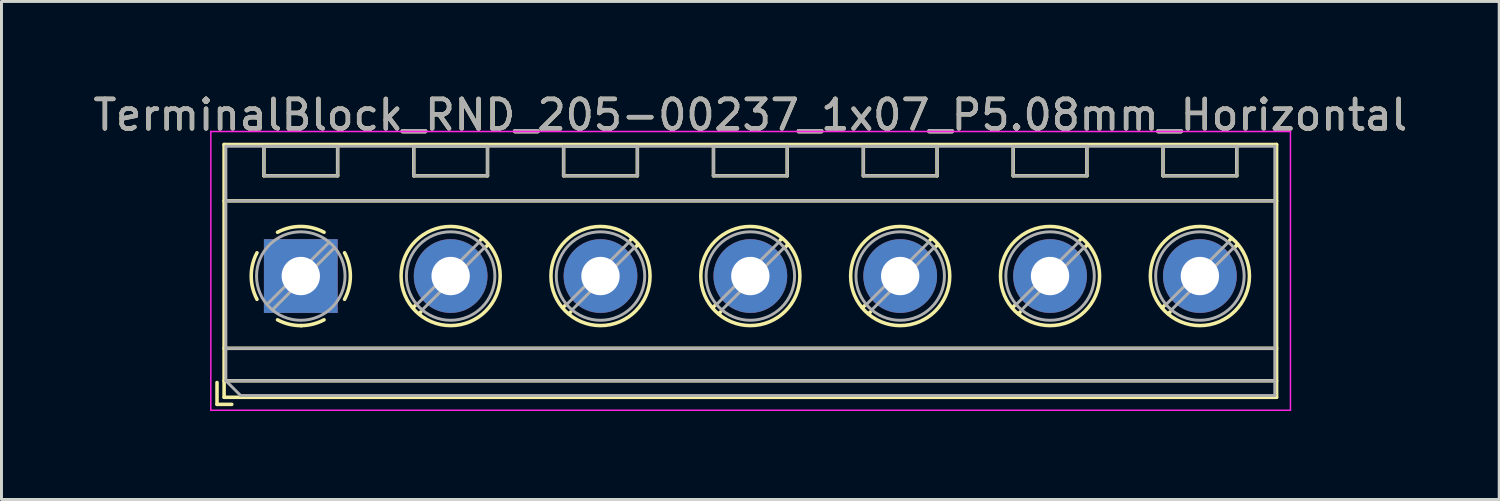
<source format=kicad_pcb>
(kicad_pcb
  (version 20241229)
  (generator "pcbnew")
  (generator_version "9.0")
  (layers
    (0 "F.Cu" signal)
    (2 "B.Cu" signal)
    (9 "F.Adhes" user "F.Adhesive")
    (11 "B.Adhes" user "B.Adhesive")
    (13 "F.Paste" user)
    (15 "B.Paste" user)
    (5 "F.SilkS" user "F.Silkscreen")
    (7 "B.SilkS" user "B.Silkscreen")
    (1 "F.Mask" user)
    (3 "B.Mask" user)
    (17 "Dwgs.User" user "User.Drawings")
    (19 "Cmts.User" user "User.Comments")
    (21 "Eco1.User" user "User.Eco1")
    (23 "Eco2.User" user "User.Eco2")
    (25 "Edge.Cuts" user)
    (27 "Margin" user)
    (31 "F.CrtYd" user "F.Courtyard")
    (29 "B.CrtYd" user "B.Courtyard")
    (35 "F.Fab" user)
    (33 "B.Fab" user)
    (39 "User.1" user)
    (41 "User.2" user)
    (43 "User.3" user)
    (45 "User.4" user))
  (footprint "TerminalBlock_RND_205-00237_1x07_P5.08mm_Horizontal"
    (layer "F.Cu")
    (at 7.147 6.308)
    (property "Reference" "TerminalBlock_RND_205-00237_1x07_P5.08mm_Horizontal" (at 15.24 -5.46 0) (layer "F.SilkS") (effects (font (size 1 1) (thickness 0.15))))
    (attr through_hole)
    (fp_line (start -2.84 3.61) (end -2.84 4.35) (stroke (width 0.12) (type solid)) (layer "F.SilkS"))
    (fp_line (start -2.84 4.35) (end -2.34 4.35) (stroke (width 0.12) (type solid)) (layer "F.SilkS"))
    (fp_line (start -2.6 -4.46) (end -2.6 4.11) (stroke (width 0.12) (type solid)) (layer "F.SilkS"))
    (fp_line (start -2.6 -4.46) (end 33.08 -4.46) (stroke (width 0.12) (type solid)) (layer "F.SilkS"))
    (fp_line (start -2.6 -2.55) (end 33.08 -2.55) (stroke (width 0.12) (type solid)) (layer "F.SilkS"))
    (fp_line (start -2.6 2.45) (end 33.08 2.45) (stroke (width 0.12) (type solid)) (layer "F.SilkS"))
    (fp_line (start -2.6 3.55) (end 33.08 3.55) (stroke (width 0.12) (type solid)) (layer "F.SilkS"))
    (fp_line (start -2.6 4.11) (end 33.08 4.11) (stroke (width 0.12) (type solid)) (layer "F.SilkS"))
    (fp_line (start -1.25 -4.4) (end -1.25 -3.4) (stroke (width 0.12) (type solid)) (layer "F.SilkS"))
    (fp_line (start -1.25 -4.4) (end 1.25 -4.4) (stroke (width 0.12) (type solid)) (layer "F.SilkS"))
    (fp_line (start -1.25 -3.4) (end 1.25 -3.4) (stroke (width 0.12) (type solid)) (layer "F.SilkS"))
    (fp_line (start 1.25 -4.4) (end 1.25 -3.4) (stroke (width 0.12) (type solid)) (layer "F.SilkS"))
    (fp_line (start 3.83 -4.4) (end 3.83 -3.4) (stroke (width 0.12) (type solid)) (layer "F.SilkS"))
    (fp_line (start 3.83 -4.4) (end 6.33 -4.4) (stroke (width 0.12) (type solid)) (layer "F.SilkS"))
    (fp_line (start 3.83 -3.4) (end 6.33 -3.4) (stroke (width 0.12) (type solid)) (layer "F.SilkS"))
    (fp_line (start 3.9 0.976) (end 3.806 1.069) (stroke (width 0.12) (type solid)) (layer "F.SilkS"))
    (fp_line (start 4.07 1.216) (end 4.011 1.274) (stroke (width 0.12) (type solid)) (layer "F.SilkS"))
    (fp_line (start 6.15 -1.275) (end 6.091 -1.216) (stroke (width 0.12) (type solid)) (layer "F.SilkS"))
    (fp_line (start 6.33 -4.4) (end 6.33 -3.4) (stroke (width 0.12) (type solid)) (layer "F.SilkS"))
    (fp_line (start 6.355 -1.069) (end 6.261 -0.976) (stroke (width 0.12) (type solid)) (layer "F.SilkS"))
    (fp_line (start 8.91 -4.4) (end 8.91 -3.4) (stroke (width 0.12) (type solid)) (layer "F.SilkS"))
    (fp_line (start 8.91 -4.4) (end 11.41 -4.4) (stroke (width 0.12) (type solid)) (layer "F.SilkS"))
    (fp_line (start 8.91 -3.4) (end 11.41 -3.4) (stroke (width 0.12) (type solid)) (layer "F.SilkS"))
    (fp_line (start 8.98 0.976) (end 8.886 1.069) (stroke (width 0.12) (type solid)) (layer "F.SilkS"))
    (fp_line (start 9.15 1.216) (end 9.091 1.274) (stroke (width 0.12) (type solid)) (layer "F.SilkS"))
    (fp_line (start 11.23 -1.275) (end 11.171 -1.216) (stroke (width 0.12) (type solid)) (layer "F.SilkS"))
    (fp_line (start 11.41 -4.4) (end 11.41 -3.4) (stroke (width 0.12) (type solid)) (layer "F.SilkS"))
    (fp_line (start 11.435 -1.069) (end 11.341 -0.976) (stroke (width 0.12) (type solid)) (layer "F.SilkS"))
    (fp_line (start 13.99 -4.4) (end 13.99 -3.4) (stroke (width 0.12) (type solid)) (layer "F.SilkS"))
    (fp_line (start 13.99 -4.4) (end 16.49 -4.4) (stroke (width 0.12) (type solid)) (layer "F.SilkS"))
    (fp_line (start 13.99 -3.4) (end 16.49 -3.4) (stroke (width 0.12) (type solid)) (layer "F.SilkS"))
    (fp_line (start 14.06 0.976) (end 13.966 1.069) (stroke (width 0.12) (type solid)) (layer "F.SilkS"))
    (fp_line (start 14.23 1.216) (end 14.171 1.274) (stroke (width 0.12) (type solid)) (layer "F.SilkS"))
    (fp_line (start 16.31 -1.275) (end 16.251 -1.216) (stroke (width 0.12) (type solid)) (layer "F.SilkS"))
    (fp_line (start 16.49 -4.4) (end 16.49 -3.4) (stroke (width 0.12) (type solid)) (layer "F.SilkS"))
    (fp_line (start 16.515 -1.069) (end 16.421 -0.976) (stroke (width 0.12) (type solid)) (layer "F.SilkS"))
    (fp_line (start 19.07 -4.4) (end 19.07 -3.4) (stroke (width 0.12) (type solid)) (layer "F.SilkS"))
    (fp_line (start 19.07 -4.4) (end 21.57 -4.4) (stroke (width 0.12) (type solid)) (layer "F.SilkS"))
    (fp_line (start 19.07 -3.4) (end 21.57 -3.4) (stroke (width 0.12) (type solid)) (layer "F.SilkS"))
    (fp_line (start 19.14 0.976) (end 19.046 1.069) (stroke (width 0.12) (type solid)) (layer "F.SilkS"))
    (fp_line (start 19.31 1.216) (end 19.251 1.274) (stroke (width 0.12) (type solid)) (layer "F.SilkS"))
    (fp_line (start 21.39 -1.275) (end 21.331 -1.216) (stroke (width 0.12) (type solid)) (layer "F.SilkS"))
    (fp_line (start 21.57 -4.4) (end 21.57 -3.4) (stroke (width 0.12) (type solid)) (layer "F.SilkS"))
    (fp_line (start 21.595 -1.069) (end 21.501 -0.976) (stroke (width 0.12) (type solid)) (layer "F.SilkS"))
    (fp_line (start 24.15 -4.4) (end 24.15 -3.4) (stroke (width 0.12) (type solid)) (layer "F.SilkS"))
    (fp_line (start 24.15 -4.4) (end 26.65 -4.4) (stroke (width 0.12) (type solid)) (layer "F.SilkS"))
    (fp_line (start 24.15 -3.4) (end 26.65 -3.4) (stroke (width 0.12) (type solid)) (layer "F.SilkS"))
    (fp_line (start 24.22 0.976) (end 24.126 1.069) (stroke (width 0.12) (type solid)) (layer "F.SilkS"))
    (fp_line (start 24.39 1.216) (end 24.331 1.274) (stroke (width 0.12) (type solid)) (layer "F.SilkS"))
    (fp_line (start 26.47 -1.275) (end 26.411 -1.216) (stroke (width 0.12) (type solid)) (layer "F.SilkS"))
    (fp_line (start 26.65 -4.4) (end 26.65 -3.4) (stroke (width 0.12) (type solid)) (layer "F.SilkS"))
    (fp_line (start 26.675 -1.069) (end 26.581 -0.976) (stroke (width 0.12) (type solid)) (layer "F.SilkS"))
    (fp_line (start 29.23 -4.4) (end 29.23 -3.4) (stroke (width 0.12) (type solid)) (layer "F.SilkS"))
    (fp_line (start 29.23 -4.4) (end 31.73 -4.4) (stroke (width 0.12) (type solid)) (layer "F.SilkS"))
    (fp_line (start 29.23 -3.4) (end 31.73 -3.4) (stroke (width 0.12) (type solid)) (layer "F.SilkS"))
    (fp_line (start 29.3 0.976) (end 29.206 1.069) (stroke (width 0.12) (type solid)) (layer "F.SilkS"))
    (fp_line (start 29.47 1.216) (end 29.411 1.274) (stroke (width 0.12) (type solid)) (layer "F.SilkS"))
    (fp_line (start 31.55 -1.275) (end 31.491 -1.216) (stroke (width 0.12) (type solid)) (layer "F.SilkS"))
    (fp_line (start 31.73 -4.4) (end 31.73 -3.4) (stroke (width 0.12) (type solid)) (layer "F.SilkS"))
    (fp_line (start 31.755 -1.069) (end 31.661 -0.976) (stroke (width 0.12) (type solid)) (layer "F.SilkS"))
    (fp_line (start 33.08 -4.46) (end 33.08 4.11) (stroke (width 0.12) (type solid)) (layer "F.SilkS"))
    (fp_arc (start -1.483953 0.789089) (mid -1.680708 0.00005) (end -1.484 -0.789) (stroke (width 0.12) (type solid)) (layer "F.SilkS"))
    (fp_arc (start -0.789089 -1.483953) (mid -0.00005 -1.680708) (end 0.789 -1.484) (stroke (width 0.12) (type solid)) (layer "F.SilkS"))
    (fp_arc (start 0.029383 1.68045) (mid -0.392304 1.634281) (end -0.789 1.484) (stroke (width 0.12) (type solid)) (layer "F.SilkS"))
    (fp_arc (start 0.788712 1.483352) (mid 0.406429 1.630097) (end 0 1.68) (stroke (width 0.12) (type solid)) (layer "F.SilkS"))
    (fp_arc (start 1.483953 -0.789089) (mid 1.680708 -0.00005) (end 1.484 0.789) (stroke (width 0.12) (type solid)) (layer "F.SilkS"))
    (fp_circle (center 5.08 0) (end 6.76 0) (stroke (width 0.12) (type solid)) (fill no) (layer "F.SilkS"))
    (fp_circle (center 10.16 0) (end 11.84 0) (stroke (width 0.12) (type solid)) (fill no) (layer "F.SilkS"))
    (fp_circle (center 15.24 0) (end 16.92 0) (stroke (width 0.12) (type solid)) (fill no) (layer "F.SilkS"))
    (fp_circle (center 20.32 0) (end 22 0) (stroke (width 0.12) (type solid)) (fill no) (layer "F.SilkS"))
    (fp_circle (center 25.4 0) (end 27.08 0) (stroke (width 0.12) (type solid)) (fill no) (layer "F.SilkS"))
    (fp_circle (center 30.48 0) (end 32.16 0) (stroke (width 0.12) (type solid)) (fill no) (layer "F.SilkS"))
    (fp_line (start -3.05 -4.9) (end -3.05 4.55) (stroke (width 0.05) (type solid)) (layer "F.CrtYd"))
    (fp_line (start -3.05 4.55) (end 33.55 4.55) (stroke (width 0.05) (type solid)) (layer "F.CrtYd"))
    (fp_line (start 33.55 -4.9) (end -3.05 -4.9) (stroke (width 0.05) (type solid)) (layer "F.CrtYd"))
    (fp_line (start 33.55 4.55) (end 33.55 -4.9) (stroke (width 0.05) (type solid)) (layer "F.CrtYd"))
    (fp_line (start -2.54 -4.4) (end 33.02 -4.4) (stroke (width 0.1) (type solid)) (layer "F.Fab"))
    (fp_line (start -2.54 -2.55) (end 33.02 -2.55) (stroke (width 0.1) (type solid)) (layer "F.Fab"))
    (fp_line (start -2.54 2.45) (end 33.02 2.45) (stroke (width 0.1) (type solid)) (layer "F.Fab"))
    (fp_line (start -2.54 3.55) (end -2.54 -4.4) (stroke (width 0.1) (type solid)) (layer "F.Fab"))
    (fp_line (start -2.54 3.55) (end 33.02 3.55) (stroke (width 0.1) (type solid)) (layer "F.Fab"))
    (fp_line (start -2.04 4.05) (end -2.54 3.55) (stroke (width 0.1) (type solid)) (layer "F.Fab"))
    (fp_line (start -1.25 -4.4) (end -1.25 -3.4) (stroke (width 0.1) (type solid)) (layer "F.Fab"))
    (fp_line (start -1.25 -3.4) (end 1.25 -3.4) (stroke (width 0.1) (type solid)) (layer "F.Fab"))
    (fp_line (start 0.955 -1.138) (end -1.138 0.955) (stroke (width 0.1) (type solid)) (layer "F.Fab"))
    (fp_line (start 1.138 -0.955) (end -0.955 1.138) (stroke (width 0.1) (type solid)) (layer "F.Fab"))
    (fp_line (start 1.25 -4.4) (end -1.25 -4.4) (stroke (width 0.1) (type solid)) (layer "F.Fab"))
    (fp_line (start 1.25 -3.4) (end 1.25 -4.4) (stroke (width 0.1) (type solid)) (layer "F.Fab"))
    (fp_line (start 3.83 -4.4) (end 3.83 -3.4) (stroke (width 0.1) (type solid)) (layer "F.Fab"))
    (fp_line (start 3.83 -3.4) (end 6.33 -3.4) (stroke (width 0.1) (type solid)) (layer "F.Fab"))
    (fp_line (start 6.035 -1.138) (end 3.943 0.955) (stroke (width 0.1) (type solid)) (layer "F.Fab"))
    (fp_line (start 6.218 -0.955) (end 4.126 1.138) (stroke (width 0.1) (type solid)) (layer "F.Fab"))
    (fp_line (start 6.33 -4.4) (end 3.83 -4.4) (stroke (width 0.1) (type solid)) (layer "F.Fab"))
    (fp_line (start 6.33 -3.4) (end 6.33 -4.4) (stroke (width 0.1) (type solid)) (layer "F.Fab"))
    (fp_line (start 8.91 -4.4) (end 8.91 -3.4) (stroke (width 0.1) (type solid)) (layer "F.Fab"))
    (fp_line (start 8.91 -3.4) (end 11.41 -3.4) (stroke (width 0.1) (type solid)) (layer "F.Fab"))
    (fp_line (start 11.115 -1.138) (end 9.023 0.955) (stroke (width 0.1) (type solid)) (layer "F.Fab"))
    (fp_line (start 11.298 -0.955) (end 9.206 1.138) (stroke (width 0.1) (type solid)) (layer "F.Fab"))
    (fp_line (start 11.41 -4.4) (end 8.91 -4.4) (stroke (width 0.1) (type solid)) (layer "F.Fab"))
    (fp_line (start 11.41 -3.4) (end 11.41 -4.4) (stroke (width 0.1) (type solid)) (layer "F.Fab"))
    (fp_line (start 13.99 -4.4) (end 13.99 -3.4) (stroke (width 0.1) (type solid)) (layer "F.Fab"))
    (fp_line (start 13.99 -3.4) (end 16.49 -3.4) (stroke (width 0.1) (type solid)) (layer "F.Fab"))
    (fp_line (start 16.195 -1.138) (end 14.103 0.955) (stroke (width 0.1) (type solid)) (layer "F.Fab"))
    (fp_line (start 16.378 -0.955) (end 14.286 1.138) (stroke (width 0.1) (type solid)) (layer "F.Fab"))
    (fp_line (start 16.49 -4.4) (end 13.99 -4.4) (stroke (width 0.1) (type solid)) (layer "F.Fab"))
    (fp_line (start 16.49 -3.4) (end 16.49 -4.4) (stroke (width 0.1) (type solid)) (layer "F.Fab"))
    (fp_line (start 19.07 -4.4) (end 19.07 -3.4) (stroke (width 0.1) (type solid)) (layer "F.Fab"))
    (fp_line (start 19.07 -3.4) (end 21.57 -3.4) (stroke (width 0.1) (type solid)) (layer "F.Fab"))
    (fp_line (start 21.275 -1.138) (end 19.183 0.955) (stroke (width 0.1) (type solid)) (layer "F.Fab"))
    (fp_line (start 21.458 -0.955) (end 19.366 1.138) (stroke (width 0.1) (type solid)) (layer "F.Fab"))
    (fp_line (start 21.57 -4.4) (end 19.07 -4.4) (stroke (width 0.1) (type solid)) (layer "F.Fab"))
    (fp_line (start 21.57 -3.4) (end 21.57 -4.4) (stroke (width 0.1) (type solid)) (layer "F.Fab"))
    (fp_line (start 24.15 -4.4) (end 24.15 -3.4) (stroke (width 0.1) (type solid)) (layer "F.Fab"))
    (fp_line (start 24.15 -3.4) (end 26.65 -3.4) (stroke (width 0.1) (type solid)) (layer "F.Fab"))
    (fp_line (start 26.355 -1.138) (end 24.263 0.955) (stroke (width 0.1) (type solid)) (layer "F.Fab"))
    (fp_line (start 26.538 -0.955) (end 24.446 1.138) (stroke (width 0.1) (type solid)) (layer "F.Fab"))
    (fp_line (start 26.65 -4.4) (end 24.15 -4.4) (stroke (width 0.1) (type solid)) (layer "F.Fab"))
    (fp_line (start 26.65 -3.4) (end 26.65 -4.4) (stroke (width 0.1) (type solid)) (layer "F.Fab"))
    (fp_line (start 29.23 -4.4) (end 29.23 -3.4) (stroke (width 0.1) (type solid)) (layer "F.Fab"))
    (fp_line (start 29.23 -3.4) (end 31.73 -3.4) (stroke (width 0.1) (type solid)) (layer "F.Fab"))
    (fp_line (start 31.435 -1.138) (end 29.343 0.955) (stroke (width 0.1) (type solid)) (layer "F.Fab"))
    (fp_line (start 31.618 -0.955) (end 29.526 1.138) (stroke (width 0.1) (type solid)) (layer "F.Fab"))
    (fp_line (start 31.73 -4.4) (end 29.23 -4.4) (stroke (width 0.1) (type solid)) (layer "F.Fab"))
    (fp_line (start 31.73 -3.4) (end 31.73 -4.4) (stroke (width 0.1) (type solid)) (layer "F.Fab"))
    (fp_line (start 33.02 -4.4) (end 33.02 4.05) (stroke (width 0.1) (type solid)) (layer "F.Fab"))
    (fp_line (start 33.02 4.05) (end -2.04 4.05) (stroke (width 0.1) (type solid)) (layer "F.Fab"))
    (fp_circle (center 0 0) (end 1.5 0) (stroke (width 0.1) (type solid)) (fill no) (layer "F.Fab"))
    (fp_circle (center 5.08 0) (end 6.58 0) (stroke (width 0.1) (type solid)) (fill no) (layer "F.Fab"))
    (fp_circle (center 10.16 0) (end 11.66 0) (stroke (width 0.1) (type solid)) (fill no) (layer "F.Fab"))
    (fp_circle (center 15.24 0) (end 16.74 0) (stroke (width 0.1) (type solid)) (fill no) (layer "F.Fab"))
    (fp_circle (center 20.32 0) (end 21.82 0) (stroke (width 0.1) (type solid)) (fill no) (layer "F.Fab"))
    (fp_circle (center 25.4 0) (end 26.9 0) (stroke (width 0.1) (type solid)) (fill no) (layer "F.Fab"))
    (fp_circle (center 30.48 0) (end 31.98 0) (stroke (width 0.1) (type solid)) (fill no) (layer "F.Fab"))
    (fp_text user "${REFERENCE}" (at 15.24 -5.46 0) (layer "F.Fab") (effects (font (size 1 1) (thickness 0.15))))
    (pad "1" thru_hole rect (at 0 0) (size 2.5 2.5) (drill 1.3) (layers "*.Cu" "*.Mask"))
    (pad "2" thru_hole circle (at 5.08 0) (size 2.5 2.5) (drill 1.3) (layers "*.Cu" "*.Mask"))
    (pad "3" thru_hole circle (at 10.16 0) (size 2.5 2.5) (drill 1.3) (layers "*.Cu" "*.Mask"))
    (pad "4" thru_hole circle (at 15.24 0) (size 2.5 2.5) (drill 1.3) (layers "*.Cu" "*.Mask"))
    (pad "5" thru_hole circle (at 20.32 0) (size 2.5 2.5) (drill 1.3) (layers "*.Cu" "*.Mask"))
    (pad "6" thru_hole circle (at 25.4 0) (size 2.5 2.5) (drill 1.3) (layers "*.Cu" "*.Mask"))
    (pad "7" thru_hole circle (at 30.48 0) (size 2.5 2.5) (drill 1.3) (layers "*.Cu" "*.Mask")))
  (gr_rect
    (start -3 -3)
    (end 47.774 13.883)
    (stroke (width 0.1) (type default))
    (fill no)
    (layer "Edge.Cuts")))
</source>
